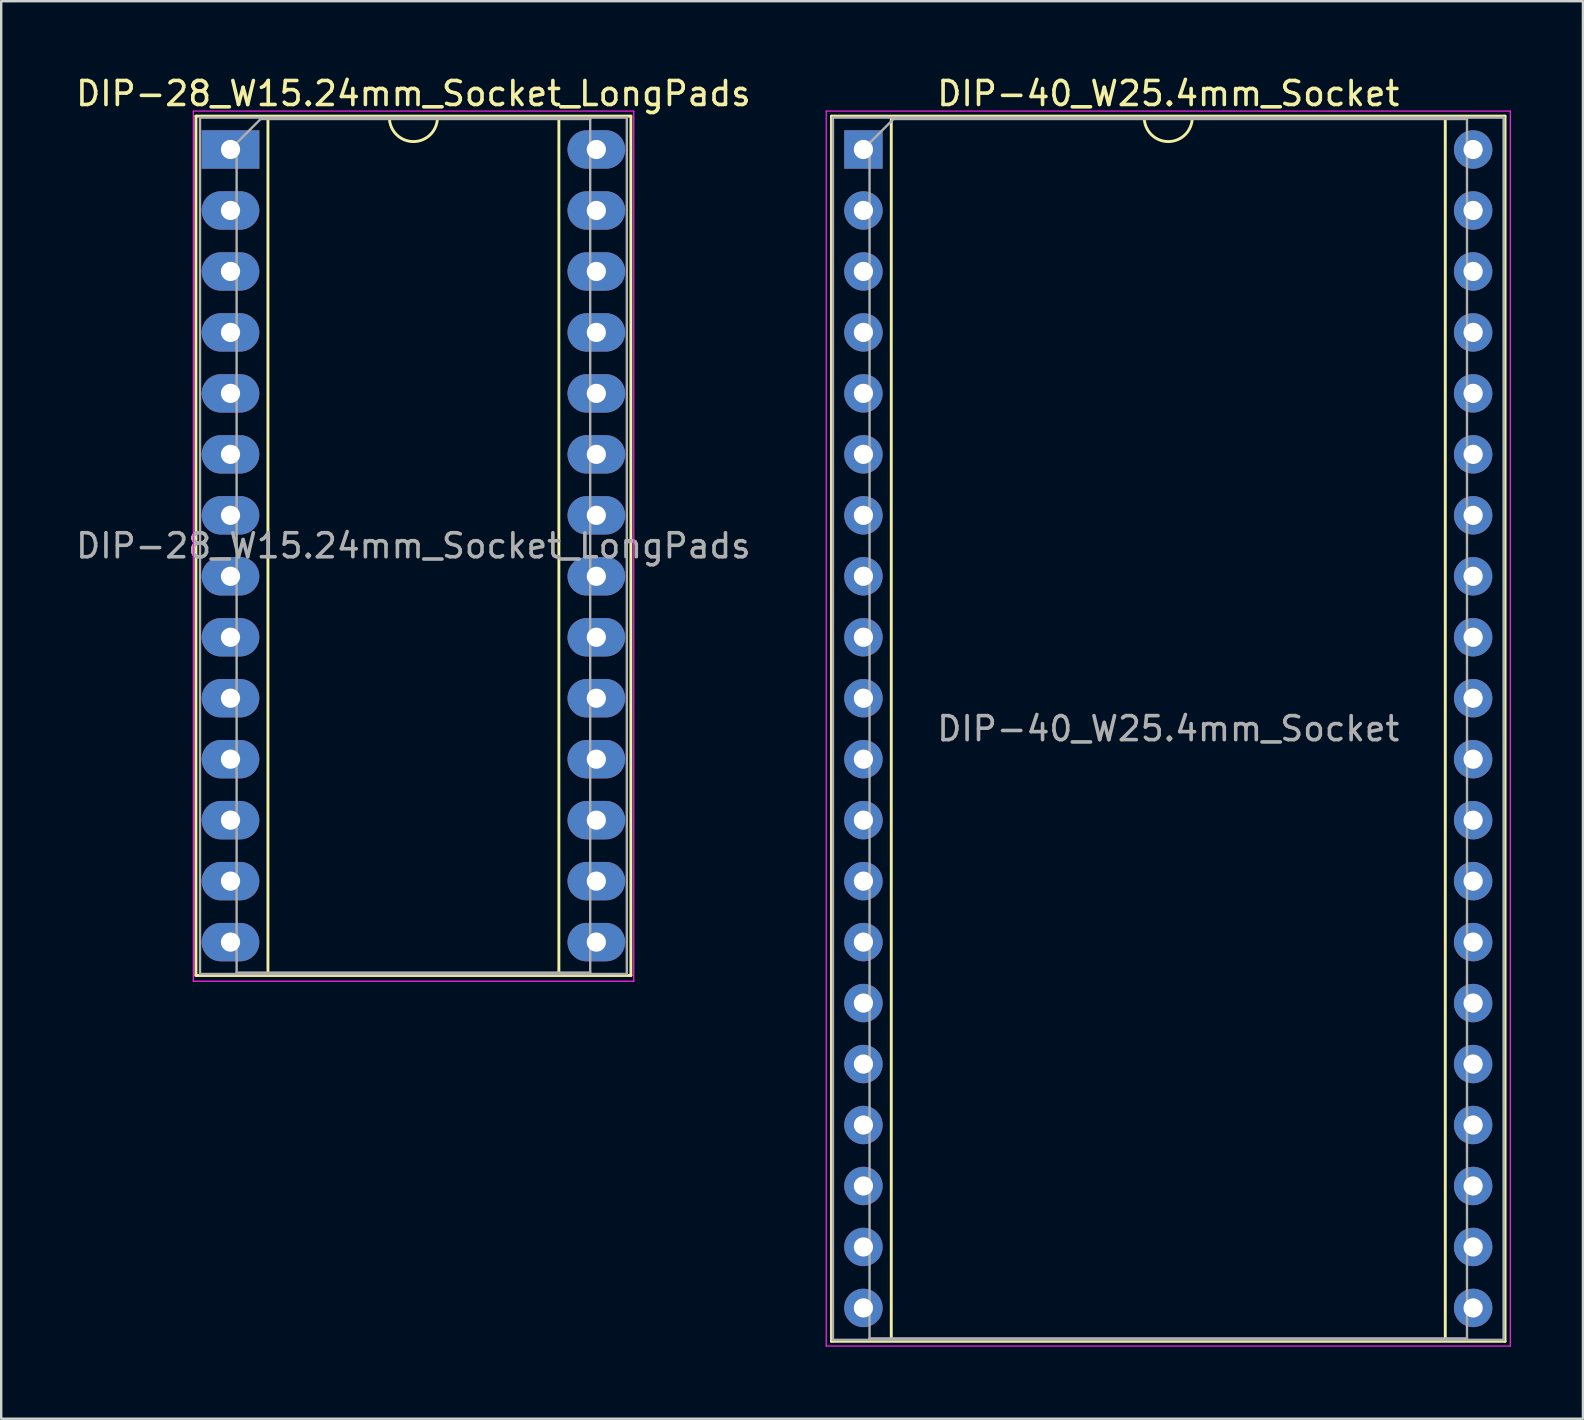
<source format=kicad_pcb>
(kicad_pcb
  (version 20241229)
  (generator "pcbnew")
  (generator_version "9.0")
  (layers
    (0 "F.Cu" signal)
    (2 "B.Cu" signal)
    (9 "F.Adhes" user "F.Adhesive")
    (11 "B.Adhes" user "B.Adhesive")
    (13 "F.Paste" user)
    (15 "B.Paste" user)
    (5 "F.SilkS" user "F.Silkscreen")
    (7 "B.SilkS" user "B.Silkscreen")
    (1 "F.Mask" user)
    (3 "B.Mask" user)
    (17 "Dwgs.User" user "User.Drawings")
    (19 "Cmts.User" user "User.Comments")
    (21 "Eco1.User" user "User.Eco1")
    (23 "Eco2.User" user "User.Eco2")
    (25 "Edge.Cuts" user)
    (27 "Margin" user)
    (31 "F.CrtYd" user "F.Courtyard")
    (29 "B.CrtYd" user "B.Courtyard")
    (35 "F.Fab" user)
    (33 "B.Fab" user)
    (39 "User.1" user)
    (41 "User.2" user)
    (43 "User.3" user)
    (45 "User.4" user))
  (footprint "DIP-40_W25.4mm_Socket"
    (layer "F.Cu")
    (at 32.92 3.178)
    (property "Reference" "DIP-40_W25.4mm_Socket" (at 12.7 -2.33 0) (layer "F.SilkS") (effects (font (size 1 1) (thickness 0.15))))
    (attr through_hole)
    (fp_line (start -1.33 -1.39) (end -1.33 49.65) (stroke (width 0.12) (type solid)) (layer "F.SilkS"))
    (fp_line (start -1.33 49.65) (end 26.73 49.65) (stroke (width 0.12) (type solid)) (layer "F.SilkS"))
    (fp_line (start 1.16 -1.33) (end 1.16 49.59) (stroke (width 0.12) (type solid)) (layer "F.SilkS"))
    (fp_line (start 1.16 49.59) (end 24.24 49.59) (stroke (width 0.12) (type solid)) (layer "F.SilkS"))
    (fp_line (start 11.7 -1.33) (end 1.16 -1.33) (stroke (width 0.12) (type solid)) (layer "F.SilkS"))
    (fp_line (start 24.24 -1.33) (end 13.7 -1.33) (stroke (width 0.12) (type solid)) (layer "F.SilkS"))
    (fp_line (start 24.24 49.59) (end 24.24 -1.33) (stroke (width 0.12) (type solid)) (layer "F.SilkS"))
    (fp_line (start 26.73 -1.39) (end -1.33 -1.39) (stroke (width 0.12) (type solid)) (layer "F.SilkS"))
    (fp_line (start 26.73 49.65) (end 26.73 -1.39) (stroke (width 0.12) (type solid)) (layer "F.SilkS"))
    (fp_arc (start 13.7 -1.33) (mid 12.7 -0.33) (end 11.7 -1.33) (stroke (width 0.12) (type solid)) (layer "F.SilkS"))
    (fp_line (start -1.55 -1.6) (end -1.55 49.85) (stroke (width 0.05) (type solid)) (layer "F.CrtYd"))
    (fp_line (start -1.55 49.85) (end 26.95 49.85) (stroke (width 0.05) (type solid)) (layer "F.CrtYd"))
    (fp_line (start 26.95 -1.6) (end -1.55 -1.6) (stroke (width 0.05) (type solid)) (layer "F.CrtYd"))
    (fp_line (start 26.95 49.85) (end 26.95 -1.6) (stroke (width 0.05) (type solid)) (layer "F.CrtYd"))
    (fp_line (start -1.27 -1.33) (end -1.27 49.59) (stroke (width 0.1) (type solid)) (layer "F.Fab"))
    (fp_line (start -1.27 49.59) (end 26.67 49.59) (stroke (width 0.1) (type solid)) (layer "F.Fab"))
    (fp_line (start 0.255 -0.27) (end 1.255 -1.27) (stroke (width 0.1) (type solid)) (layer "F.Fab"))
    (fp_line (start 0.255 49.53) (end 0.255 -0.27) (stroke (width 0.1) (type solid)) (layer "F.Fab"))
    (fp_line (start 1.255 -1.27) (end 25.145 -1.27) (stroke (width 0.1) (type solid)) (layer "F.Fab"))
    (fp_line (start 25.145 -1.27) (end 25.145 49.53) (stroke (width 0.1) (type solid)) (layer "F.Fab"))
    (fp_line (start 25.145 49.53) (end 0.255 49.53) (stroke (width 0.1) (type solid)) (layer "F.Fab"))
    (fp_line (start 26.67 -1.33) (end -1.27 -1.33) (stroke (width 0.1) (type solid)) (layer "F.Fab"))
    (fp_line (start 26.67 49.59) (end 26.67 -1.33) (stroke (width 0.1) (type solid)) (layer "F.Fab"))
    (fp_text user "${REFERENCE}" (at 12.7 24.13 0) (layer "F.Fab") (effects (font (size 1 1) (thickness 0.15))))
    (pad "1" thru_hole rect (at 0 0) (size 1.6 1.6) (drill 0.8) (layers "*.Cu" "*.Mask"))
    (pad "2" thru_hole oval (at 0 2.54) (size 1.6 1.6) (drill 0.8) (layers "*.Cu" "*.Mask"))
    (pad "3" thru_hole oval (at 0 5.08) (size 1.6 1.6) (drill 0.8) (layers "*.Cu" "*.Mask"))
    (pad "4" thru_hole oval (at 0 7.62) (size 1.6 1.6) (drill 0.8) (layers "*.Cu" "*.Mask"))
    (pad "5" thru_hole oval (at 0 10.16) (size 1.6 1.6) (drill 0.8) (layers "*.Cu" "*.Mask"))
    (pad "6" thru_hole oval (at 0 12.7) (size 1.6 1.6) (drill 0.8) (layers "*.Cu" "*.Mask"))
    (pad "7" thru_hole oval (at 0 15.24) (size 1.6 1.6) (drill 0.8) (layers "*.Cu" "*.Mask"))
    (pad "8" thru_hole oval (at 0 17.78) (size 1.6 1.6) (drill 0.8) (layers "*.Cu" "*.Mask"))
    (pad "9" thru_hole oval (at 0 20.32) (size 1.6 1.6) (drill 0.8) (layers "*.Cu" "*.Mask"))
    (pad "10" thru_hole oval (at 0 22.86) (size 1.6 1.6) (drill 0.8) (layers "*.Cu" "*.Mask"))
    (pad "11" thru_hole oval (at 0 25.4) (size 1.6 1.6) (drill 0.8) (layers "*.Cu" "*.Mask"))
    (pad "12" thru_hole oval (at 0 27.94) (size 1.6 1.6) (drill 0.8) (layers "*.Cu" "*.Mask"))
    (pad "13" thru_hole oval (at 0 30.48) (size 1.6 1.6) (drill 0.8) (layers "*.Cu" "*.Mask"))
    (pad "14" thru_hole oval (at 0 33.02) (size 1.6 1.6) (drill 0.8) (layers "*.Cu" "*.Mask"))
    (pad "15" thru_hole oval (at 0 35.56) (size 1.6 1.6) (drill 0.8) (layers "*.Cu" "*.Mask"))
    (pad "16" thru_hole oval (at 0 38.1) (size 1.6 1.6) (drill 0.8) (layers "*.Cu" "*.Mask"))
    (pad "17" thru_hole oval (at 0 40.64) (size 1.6 1.6) (drill 0.8) (layers "*.Cu" "*.Mask"))
    (pad "18" thru_hole oval (at 0 43.18) (size 1.6 1.6) (drill 0.8) (layers "*.Cu" "*.Mask"))
    (pad "19" thru_hole oval (at 0 45.72) (size 1.6 1.6) (drill 0.8) (layers "*.Cu" "*.Mask"))
    (pad "20" thru_hole oval (at 0 48.26) (size 1.6 1.6) (drill 0.8) (layers "*.Cu" "*.Mask"))
    (pad "21" thru_hole oval (at 25.4 48.26) (size 1.6 1.6) (drill 0.8) (layers "*.Cu" "*.Mask"))
    (pad "22" thru_hole oval (at 25.4 45.72) (size 1.6 1.6) (drill 0.8) (layers "*.Cu" "*.Mask"))
    (pad "23" thru_hole oval (at 25.4 43.18) (size 1.6 1.6) (drill 0.8) (layers "*.Cu" "*.Mask"))
    (pad "24" thru_hole oval (at 25.4 40.64) (size 1.6 1.6) (drill 0.8) (layers "*.Cu" "*.Mask"))
    (pad "25" thru_hole oval (at 25.4 38.1) (size 1.6 1.6) (drill 0.8) (layers "*.Cu" "*.Mask"))
    (pad "26" thru_hole oval (at 25.4 35.56) (size 1.6 1.6) (drill 0.8) (layers "*.Cu" "*.Mask"))
    (pad "27" thru_hole oval (at 25.4 33.02) (size 1.6 1.6) (drill 0.8) (layers "*.Cu" "*.Mask"))
    (pad "28" thru_hole oval (at 25.4 30.48) (size 1.6 1.6) (drill 0.8) (layers "*.Cu" "*.Mask"))
    (pad "29" thru_hole oval (at 25.4 27.94) (size 1.6 1.6) (drill 0.8) (layers "*.Cu" "*.Mask"))
    (pad "30" thru_hole oval (at 25.4 25.4) (size 1.6 1.6) (drill 0.8) (layers "*.Cu" "*.Mask"))
    (pad "31" thru_hole oval (at 25.4 22.86) (size 1.6 1.6) (drill 0.8) (layers "*.Cu" "*.Mask"))
    (pad "32" thru_hole oval (at 25.4 20.32) (size 1.6 1.6) (drill 0.8) (layers "*.Cu" "*.Mask"))
    (pad "33" thru_hole oval (at 25.4 17.78) (size 1.6 1.6) (drill 0.8) (layers "*.Cu" "*.Mask"))
    (pad "34" thru_hole oval (at 25.4 15.24) (size 1.6 1.6) (drill 0.8) (layers "*.Cu" "*.Mask"))
    (pad "35" thru_hole oval (at 25.4 12.7) (size 1.6 1.6) (drill 0.8) (layers "*.Cu" "*.Mask"))
    (pad "36" thru_hole oval (at 25.4 10.16) (size 1.6 1.6) (drill 0.8) (layers "*.Cu" "*.Mask"))
    (pad "37" thru_hole oval (at 25.4 7.62) (size 1.6 1.6) (drill 0.8) (layers "*.Cu" "*.Mask"))
    (pad "38" thru_hole oval (at 25.4 5.08) (size 1.6 1.6) (drill 0.8) (layers "*.Cu" "*.Mask"))
    (pad "39" thru_hole oval (at 25.4 2.54) (size 1.6 1.6) (drill 0.8) (layers "*.Cu" "*.Mask"))
    (pad "40" thru_hole oval (at 25.4 0) (size 1.6 1.6) (drill 0.8) (layers "*.Cu" "*.Mask")))
  (footprint "DIP-28_W15.24mm_Socket_LongPads"
    (layer "F.Cu")
    (at 6.553 3.178)
    (property "Reference" "DIP-28_W15.24mm_Socket_LongPads" (at 7.62 -2.33 0) (layer "F.SilkS") (effects (font (size 1 1) (thickness 0.15))))
    (attr through_hole)
    (fp_line (start -1.44 -1.39) (end -1.44 34.41) (stroke (width 0.12) (type solid)) (layer "F.SilkS"))
    (fp_line (start -1.44 34.41) (end 16.68 34.41) (stroke (width 0.12) (type solid)) (layer "F.SilkS"))
    (fp_line (start 1.56 -1.33) (end 1.56 34.35) (stroke (width 0.12) (type solid)) (layer "F.SilkS"))
    (fp_line (start 1.56 34.35) (end 13.68 34.35) (stroke (width 0.12) (type solid)) (layer "F.SilkS"))
    (fp_line (start 6.62 -1.33) (end 1.56 -1.33) (stroke (width 0.12) (type solid)) (layer "F.SilkS"))
    (fp_line (start 13.68 -1.33) (end 8.62 -1.33) (stroke (width 0.12) (type solid)) (layer "F.SilkS"))
    (fp_line (start 13.68 34.35) (end 13.68 -1.33) (stroke (width 0.12) (type solid)) (layer "F.SilkS"))
    (fp_line (start 16.68 -1.39) (end -1.44 -1.39) (stroke (width 0.12) (type solid)) (layer "F.SilkS"))
    (fp_line (start 16.68 34.41) (end 16.68 -1.39) (stroke (width 0.12) (type solid)) (layer "F.SilkS"))
    (fp_arc (start 8.62 -1.33) (mid 7.62 -0.33) (end 6.62 -1.33) (stroke (width 0.12) (type solid)) (layer "F.SilkS"))
    (fp_line (start -1.55 -1.6) (end -1.55 34.65) (stroke (width 0.05) (type solid)) (layer "F.CrtYd"))
    (fp_line (start -1.55 34.65) (end 16.8 34.65) (stroke (width 0.05) (type solid)) (layer "F.CrtYd"))
    (fp_line (start 16.8 -1.6) (end -1.55 -1.6) (stroke (width 0.05) (type solid)) (layer "F.CrtYd"))
    (fp_line (start 16.8 34.65) (end 16.8 -1.6) (stroke (width 0.05) (type solid)) (layer "F.CrtYd"))
    (fp_line (start -1.27 -1.33) (end -1.27 34.35) (stroke (width 0.1) (type solid)) (layer "F.Fab"))
    (fp_line (start -1.27 34.35) (end 16.51 34.35) (stroke (width 0.1) (type solid)) (layer "F.Fab"))
    (fp_line (start 0.255 -0.27) (end 1.255 -1.27) (stroke (width 0.1) (type solid)) (layer "F.Fab"))
    (fp_line (start 0.255 34.29) (end 0.255 -0.27) (stroke (width 0.1) (type solid)) (layer "F.Fab"))
    (fp_line (start 1.255 -1.27) (end 14.985 -1.27) (stroke (width 0.1) (type solid)) (layer "F.Fab"))
    (fp_line (start 14.985 -1.27) (end 14.985 34.29) (stroke (width 0.1) (type solid)) (layer "F.Fab"))
    (fp_line (start 14.985 34.29) (end 0.255 34.29) (stroke (width 0.1) (type solid)) (layer "F.Fab"))
    (fp_line (start 16.51 -1.33) (end -1.27 -1.33) (stroke (width 0.1) (type solid)) (layer "F.Fab"))
    (fp_line (start 16.51 34.35) (end 16.51 -1.33) (stroke (width 0.1) (type solid)) (layer "F.Fab"))
    (fp_text user "${REFERENCE}" (at 7.62 16.51 0) (layer "F.Fab") (effects (font (size 1 1) (thickness 0.15))))
    (pad "1" thru_hole rect (at 0 0) (size 2.4 1.6) (drill 0.8) (layers "*.Cu" "*.Mask"))
    (pad "2" thru_hole oval (at 0 2.54) (size 2.4 1.6) (drill 0.8) (layers "*.Cu" "*.Mask"))
    (pad "3" thru_hole oval (at 0 5.08) (size 2.4 1.6) (drill 0.8) (layers "*.Cu" "*.Mask"))
    (pad "4" thru_hole oval (at 0 7.62) (size 2.4 1.6) (drill 0.8) (layers "*.Cu" "*.Mask"))
    (pad "5" thru_hole oval (at 0 10.16) (size 2.4 1.6) (drill 0.8) (layers "*.Cu" "*.Mask"))
    (pad "6" thru_hole oval (at 0 12.7) (size 2.4 1.6) (drill 0.8) (layers "*.Cu" "*.Mask"))
    (pad "7" thru_hole oval (at 0 15.24) (size 2.4 1.6) (drill 0.8) (layers "*.Cu" "*.Mask"))
    (pad "8" thru_hole oval (at 0 17.78) (size 2.4 1.6) (drill 0.8) (layers "*.Cu" "*.Mask"))
    (pad "9" thru_hole oval (at 0 20.32) (size 2.4 1.6) (drill 0.8) (layers "*.Cu" "*.Mask"))
    (pad "10" thru_hole oval (at 0 22.86) (size 2.4 1.6) (drill 0.8) (layers "*.Cu" "*.Mask"))
    (pad "11" thru_hole oval (at 0 25.4) (size 2.4 1.6) (drill 0.8) (layers "*.Cu" "*.Mask"))
    (pad "12" thru_hole oval (at 0 27.94) (size 2.4 1.6) (drill 0.8) (layers "*.Cu" "*.Mask"))
    (pad "13" thru_hole oval (at 0 30.48) (size 2.4 1.6) (drill 0.8) (layers "*.Cu" "*.Mask"))
    (pad "14" thru_hole oval (at 0 33.02) (size 2.4 1.6) (drill 0.8) (layers "*.Cu" "*.Mask"))
    (pad "15" thru_hole oval (at 15.24 33.02) (size 2.4 1.6) (drill 0.8) (layers "*.Cu" "*.Mask"))
    (pad "16" thru_hole oval (at 15.24 30.48) (size 2.4 1.6) (drill 0.8) (layers "*.Cu" "*.Mask"))
    (pad "17" thru_hole oval (at 15.24 27.94) (size 2.4 1.6) (drill 0.8) (layers "*.Cu" "*.Mask"))
    (pad "18" thru_hole oval (at 15.24 25.4) (size 2.4 1.6) (drill 0.8) (layers "*.Cu" "*.Mask"))
    (pad "19" thru_hole oval (at 15.24 22.86) (size 2.4 1.6) (drill 0.8) (layers "*.Cu" "*.Mask"))
    (pad "20" thru_hole oval (at 15.24 20.32) (size 2.4 1.6) (drill 0.8) (layers "*.Cu" "*.Mask"))
    (pad "21" thru_hole oval (at 15.24 17.78) (size 2.4 1.6) (drill 0.8) (layers "*.Cu" "*.Mask"))
    (pad "22" thru_hole oval (at 15.24 15.24) (size 2.4 1.6) (drill 0.8) (layers "*.Cu" "*.Mask"))
    (pad "23" thru_hole oval (at 15.24 12.7) (size 2.4 1.6) (drill 0.8) (layers "*.Cu" "*.Mask"))
    (pad "24" thru_hole oval (at 15.24 10.16) (size 2.4 1.6) (drill 0.8) (layers "*.Cu" "*.Mask"))
    (pad "25" thru_hole oval (at 15.24 7.62) (size 2.4 1.6) (drill 0.8) (layers "*.Cu" "*.Mask"))
    (pad "26" thru_hole oval (at 15.24 5.08) (size 2.4 1.6) (drill 0.8) (layers "*.Cu" "*.Mask"))
    (pad "27" thru_hole oval (at 15.24 2.54) (size 2.4 1.6) (drill 0.8) (layers "*.Cu" "*.Mask"))
    (pad "28" thru_hole oval (at 15.24 0) (size 2.4 1.6) (drill 0.8) (layers "*.Cu" "*.Mask")))
  (gr_rect
    (start -3 -3)
    (end 62.895 56.053)
    (stroke (width 0.1) (type default))
    (fill no)
    (layer "Edge.Cuts")))
</source>
